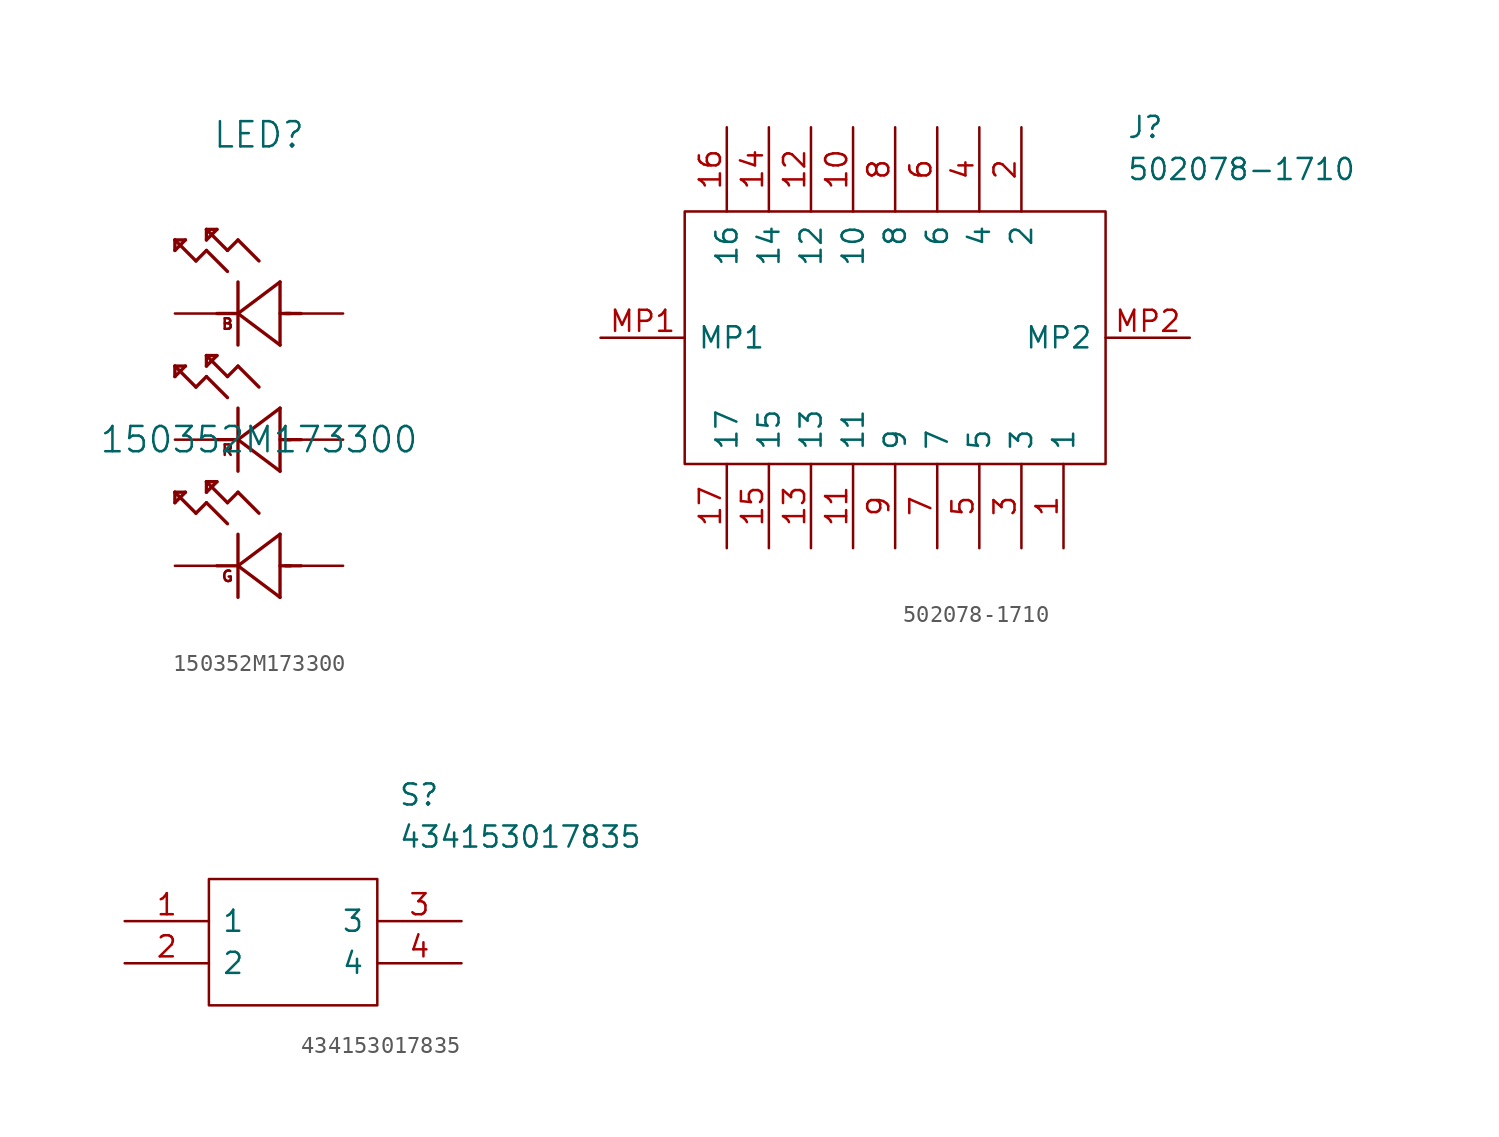
<source format=kicad_sym>
(kicad_symbol_lib
  (version 20211014)
  (generator kicad_symbol_editor)
  (symbol "150352M173300"
    (pin_numbers hide)
    (pin_names hide)
    (property "Reference" "LED"
      (at 5.08 10.795 0)
      (effects (font (size 1.524 1.524))))
    (property "Value" "150352M173300"
      (at 5.08 -7.62 0)
      (effects (font (size 1.524 1.524))))
    (property "Datasheet" ""
      (at 0 0 0)
      (effects (font (size 1.524 1.524))))
    (symbol "150352M173300_0_0"
      (text "B" (at 3.175 -0.635 0) (effects (font (size 0.635 0.635))))
      (text "G" (at 3.175 -15.875 0) (effects (font (size 0.635 0.635))))
      (text "R" (at 3.175 -8.255 0) (effects (font (size 0.635 0.635)))))
    (symbol "150352M173300_1_1"
      (polyline (pts (xy 0 -11.43) (xy 0 -10.795)) (stroke (width 0.203) (type default) (color 0 0 0 0)) (fill (type none)))
      (polyline (pts (xy 0 -10.795) (xy 0.635 -10.795)) (stroke (width 0.203) (type default) (color 0 0 0 0)) (fill (type none)))
      (polyline (pts (xy 0 -3.81) (xy 0 -3.175)) (stroke (width 0.203) (type default) (color 0 0 0 0)) (fill (type none)))
      (polyline (pts (xy 0 -3.175) (xy 0.635 -3.175)) (stroke (width 0.203) (type default) (color 0 0 0 0)) (fill (type none)))
      (polyline (pts (xy 0 3.81) (xy 0 4.445)) (stroke (width 0.203) (type default) (color 0 0 0 0)) (fill (type none)))
      (polyline (pts (xy 0 4.445) (xy 0.635 4.445)) (stroke (width 0.203) (type default) (color 0 0 0 0)) (fill (type none)))
      (polyline (pts (xy 0.635 -10.795) (xy 0 -11.43)) (stroke (width 0.203) (type default) (color 0 0 0 0)) (fill (type none)))
      (polyline (pts (xy 0.635 -3.175) (xy 0 -3.81)) (stroke (width 0.203) (type default) (color 0 0 0 0)) (fill (type none)))
      (polyline (pts (xy 0.635 4.445) (xy 0 3.81)) (stroke (width 0.203) (type default) (color 0 0 0 0)) (fill (type none)))
      (polyline (pts (xy 1.27 -12.065) (xy 0 -10.795)) (stroke (width 0.203) (type default) (color 0 0 0 0)) (fill (type none)))
      (polyline (pts (xy 1.27 -4.445) (xy 0 -3.175)) (stroke (width 0.203) (type default) (color 0 0 0 0)) (fill (type none)))
      (polyline (pts (xy 1.27 3.175) (xy 0 4.445)) (stroke (width 0.203) (type default) (color 0 0 0 0)) (fill (type none)))
      (polyline (pts (xy 1.905 -11.43) (xy 1.27 -12.065)) (stroke (width 0.203) (type default) (color 0 0 0 0)) (fill (type none)))
      (polyline (pts (xy 1.905 -10.795) (xy 1.905 -10.16)) (stroke (width 0.203) (type default) (color 0 0 0 0)) (fill (type none)))
      (polyline (pts (xy 1.905 -10.16) (xy 2.54 -10.16)) (stroke (width 0.203) (type default) (color 0 0 0 0)) (fill (type none)))
      (polyline (pts (xy 1.905 -3.81) (xy 1.27 -4.445)) (stroke (width 0.203) (type default) (color 0 0 0 0)) (fill (type none)))
      (polyline (pts (xy 1.905 -3.175) (xy 1.905 -2.54)) (stroke (width 0.203) (type default) (color 0 0 0 0)) (fill (type none)))
      (polyline (pts (xy 1.905 -2.54) (xy 2.54 -2.54)) (stroke (width 0.203) (type default) (color 0 0 0 0)) (fill (type none)))
      (polyline (pts (xy 1.905 3.81) (xy 1.27 3.175)) (stroke (width 0.203) (type default) (color 0 0 0 0)) (fill (type none)))
      (polyline (pts (xy 1.905 4.445) (xy 1.905 5.08)) (stroke (width 0.203) (type default) (color 0 0 0 0)) (fill (type none)))
      (polyline (pts (xy 1.905 5.08) (xy 2.54 5.08)) (stroke (width 0.203) (type default) (color 0 0 0 0)) (fill (type none)))
      (polyline (pts (xy 2.54 -10.16) (xy 1.905 -10.795)) (stroke (width 0.203) (type default) (color 0 0 0 0)) (fill (type none)))
      (polyline (pts (xy 2.54 -2.54) (xy 1.905 -3.175)) (stroke (width 0.203) (type default) (color 0 0 0 0)) (fill (type none)))
      (polyline (pts (xy 2.54 5.08) (xy 1.905 4.445)) (stroke (width 0.203) (type default) (color 0 0 0 0)) (fill (type none)))
      (polyline (pts (xy 3.175 -12.7) (xy 1.905 -11.43)) (stroke (width 0.203) (type default) (color 0 0 0 0)) (fill (type none)))
      (polyline (pts (xy 3.175 -11.43) (xy 1.905 -10.16)) (stroke (width 0.203) (type default) (color 0 0 0 0)) (fill (type none)))
      (polyline (pts (xy 3.175 -5.08) (xy 1.905 -3.81)) (stroke (width 0.203) (type default) (color 0 0 0 0)) (fill (type none)))
      (polyline (pts (xy 3.175 -3.81) (xy 1.905 -2.54)) (stroke (width 0.203) (type default) (color 0 0 0 0)) (fill (type none)))
      (polyline (pts (xy 3.175 2.54) (xy 1.905 3.81)) (stroke (width 0.203) (type default) (color 0 0 0 0)) (fill (type none)))
      (polyline (pts (xy 3.175 3.81) (xy 1.905 5.08)) (stroke (width 0.203) (type default) (color 0 0 0 0)) (fill (type none)))
      (polyline (pts (xy 3.81 -17.145) (xy 3.81 -13.335)) (stroke (width 0.203) (type default) (color 0 0 0 0)) (fill (type none)))
      (polyline (pts (xy 3.81 -15.24) (xy 2.54 -15.24)) (stroke (width 0.203) (type default) (color 0 0 0 0)) (fill (type none)))
      (polyline (pts (xy 3.81 -15.24) (xy 6.35 -13.335)) (stroke (width 0.203) (type default) (color 0 0 0 0)) (fill (type none)))
      (polyline (pts (xy 3.81 -10.795) (xy 3.175 -11.43)) (stroke (width 0.203) (type default) (color 0 0 0 0)) (fill (type none)))
      (polyline (pts (xy 3.81 -9.525) (xy 3.81 -5.715)) (stroke (width 0.203) (type default) (color 0 0 0 0)) (fill (type none)))
      (polyline (pts (xy 3.81 -7.62) (xy 2.54 -7.62)) (stroke (width 0.203) (type default) (color 0 0 0 0)) (fill (type none)))
      (polyline (pts (xy 3.81 -7.62) (xy 6.35 -5.715)) (stroke (width 0.203) (type default) (color 0 0 0 0)) (fill (type none)))
      (polyline (pts (xy 3.81 -3.175) (xy 3.175 -3.81)) (stroke (width 0.203) (type default) (color 0 0 0 0)) (fill (type none)))
      (polyline (pts (xy 3.81 -1.905) (xy 3.81 1.905)) (stroke (width 0.203) (type default) (color 0 0 0 0)) (fill (type none)))
      (polyline (pts (xy 3.81 0) (xy 2.54 0)) (stroke (width 0.203) (type default) (color 0 0 0 0)) (fill (type none)))
      (polyline (pts (xy 3.81 0) (xy 6.35 1.905)) (stroke (width 0.203) (type default) (color 0 0 0 0)) (fill (type none)))
      (polyline (pts (xy 3.81 4.445) (xy 3.175 3.81)) (stroke (width 0.203) (type default) (color 0 0 0 0)) (fill (type none)))
      (polyline (pts (xy 5.08 -12.065) (xy 3.81 -10.795)) (stroke (width 0.203) (type default) (color 0 0 0 0)) (fill (type none)))
      (polyline (pts (xy 5.08 -4.445) (xy 3.81 -3.175)) (stroke (width 0.203) (type default) (color 0 0 0 0)) (fill (type none)))
      (polyline (pts (xy 5.08 3.175) (xy 3.81 4.445)) (stroke (width 0.203) (type default) (color 0 0 0 0)) (fill (type none)))
      (polyline (pts (xy 6.35 -17.145) (xy 3.81 -15.24)) (stroke (width 0.203) (type default) (color 0 0 0 0)) (fill (type none)))
      (polyline (pts (xy 6.35 -13.335) (xy 6.35 -17.145)) (stroke (width 0.203) (type default) (color 0 0 0 0)) (fill (type none)))
      (polyline (pts (xy 6.35 -9.525) (xy 3.81 -7.62)) (stroke (width 0.203) (type default) (color 0 0 0 0)) (fill (type none)))
      (polyline (pts (xy 6.35 -5.715) (xy 6.35 -9.525)) (stroke (width 0.203) (type default) (color 0 0 0 0)) (fill (type none)))
      (polyline (pts (xy 6.35 -1.905) (xy 3.81 0)) (stroke (width 0.203) (type default) (color 0 0 0 0)) (fill (type none)))
      (polyline (pts (xy 6.35 1.905) (xy 6.35 -1.905)) (stroke (width 0.203) (type default) (color 0 0 0 0)) (fill (type none)))
      (polyline (pts (xy 6.985 -15.24) (xy 6.35 -15.24)) (stroke (width 0.203) (type default) (color 0 0 0 0)) (fill (type none)))
      (polyline (pts (xy 6.985 -7.62) (xy 6.35 -7.62)) (stroke (width 0.203) (type default) (color 0 0 0 0)) (fill (type none)))
      (polyline (pts (xy 6.985 0) (xy 6.35 0)) (stroke (width 0.203) (type default) (color 0 0 0 0)) (fill (type none)))
      (polyline (pts (xy 7.62 -15.24) (xy 6.68 -15.24)) (stroke (width 0.203) (type default) (color 0 0 0 0)) (fill (type none)))
      (polyline (pts (xy 7.62 -7.62) (xy 6.68 -7.62)) (stroke (width 0.203) (type default) (color 0 0 0 0)) (fill (type none)))
      (polyline (pts (xy 7.62 0) (xy 6.68 0)) (stroke (width 0.203) (type default) (color 0 0 0 0)) (fill (type none)))
      (pin passive line (at 0 0 0) (length 2.54) (name "1" (effects (font (size 1.499 1.499)))) (number "1" (effects (font (size 1.499 1.499)))))
      (pin passive line (at 10.16 0 180) (length 2.54) (name "2" (effects (font (size 1.499 1.499)))) (number "2" (effects (font (size 1.499 1.499)))))
      (pin passive line (at 0 -7.62 0) (length 2.54) (name "3" (effects (font (size 1.499 1.499)))) (number "3" (effects (font (size 1.499 1.499)))))
      (pin passive line (at 10.16 -7.62 180) (length 2.54) (name "4" (effects (font (size 1.499 1.499)))) (number "4" (effects (font (size 1.499 1.499)))))
      (pin passive line (at 0 -15.24 0) (length 2.54) (name "5" (effects (font (size 1.499 1.499)))) (number "5" (effects (font (size 1.499 1.499)))))
      (pin passive line (at 10.16 -15.24 180) (length 2.54) (name "6" (effects (font (size 1.499 1.499)))) (number "6" (effects (font (size 1.499 1.499)))))))
  (symbol "502078-1710"
    (pin_names
      (offset 0.762))
    (property "Reference" "J"
      (at 31.75 12.7 0)
      (effects (font (size 1.27 1.27)) (justify left)))
    (property "Value" "502078-1710"
      (at 31.75 10.16 0)
      (effects (font (size 1.27 1.27)) (justify left)))
    (symbol "502078-1710_0_0"
      (pin passive line (at 27.94 -12.7 90) (length 5.08) (name "1" (effects (font (size 1.27 1.27)))) (number "1" (effects (font (size 1.27 1.27)))))
      (pin passive line (at 15.24 12.7 270) (length 5.08) (name "10" (effects (font (size 1.27 1.27)))) (number "10" (effects (font (size 1.27 1.27)))))
      (pin passive line (at 15.24 -12.7 90) (length 5.08) (name "11" (effects (font (size 1.27 1.27)))) (number "11" (effects (font (size 1.27 1.27)))))
      (pin passive line (at 12.7 12.7 270) (length 5.08) (name "12" (effects (font (size 1.27 1.27)))) (number "12" (effects (font (size 1.27 1.27)))))
      (pin passive line (at 12.7 -12.7 90) (length 5.08) (name "13" (effects (font (size 1.27 1.27)))) (number "13" (effects (font (size 1.27 1.27)))))
      (pin passive line (at 10.16 12.7 270) (length 5.08) (name "14" (effects (font (size 1.27 1.27)))) (number "14" (effects (font (size 1.27 1.27)))))
      (pin passive line (at 10.16 -12.7 90) (length 5.08) (name "15" (effects (font (size 1.27 1.27)))) (number "15" (effects (font (size 1.27 1.27)))))
      (pin passive line (at 7.62 12.7 270) (length 5.08) (name "16" (effects (font (size 1.27 1.27)))) (number "16" (effects (font (size 1.27 1.27)))))
      (pin passive line (at 7.62 -12.7 90) (length 5.08) (name "17" (effects (font (size 1.27 1.27)))) (number "17" (effects (font (size 1.27 1.27)))))
      (pin passive line (at 25.4 12.7 270) (length 5.08) (name "2" (effects (font (size 1.27 1.27)))) (number "2" (effects (font (size 1.27 1.27)))))
      (pin passive line (at 25.4 -12.7 90) (length 5.08) (name "3" (effects (font (size 1.27 1.27)))) (number "3" (effects (font (size 1.27 1.27)))))
      (pin passive line (at 22.86 12.7 270) (length 5.08) (name "4" (effects (font (size 1.27 1.27)))) (number "4" (effects (font (size 1.27 1.27)))))
      (pin passive line (at 22.86 -12.7 90) (length 5.08) (name "5" (effects (font (size 1.27 1.27)))) (number "5" (effects (font (size 1.27 1.27)))))
      (pin passive line (at 20.32 12.7 270) (length 5.08) (name "6" (effects (font (size 1.27 1.27)))) (number "6" (effects (font (size 1.27 1.27)))))
      (pin passive line (at 20.32 -12.7 90) (length 5.08) (name "7" (effects (font (size 1.27 1.27)))) (number "7" (effects (font (size 1.27 1.27)))))
      (pin passive line (at 17.78 12.7 270) (length 5.08) (name "8" (effects (font (size 1.27 1.27)))) (number "8" (effects (font (size 1.27 1.27)))))
      (pin passive line (at 17.78 -12.7 90) (length 5.08) (name "9" (effects (font (size 1.27 1.27)))) (number "9" (effects (font (size 1.27 1.27)))))
      (pin passive line (at 0 0 0) (length 5.08) (name "MP1" (effects (font (size 1.27 1.27)))) (number "MP1" (effects (font (size 1.27 1.27)))))
      (pin passive line (at 35.56 0 180) (length 5.08) (name "MP2" (effects (font (size 1.27 1.27)))) (number "MP2" (effects (font (size 1.27 1.27))))))
    (symbol "502078-1710_0_1"
      (polyline (pts (xy 5.08 7.62) (xy 30.48 7.62) (xy 30.48 -7.62) (xy 5.08 -7.62) (xy 5.08 7.62)) (stroke (width 0.152) (type default) (color 0 0 0 0)) (fill (type none)))))
  (symbol "434153017835"
    (pin_names
      (offset 0.762))
    (property "Reference" "S"
      (at 16.51 7.62 0)
      (effects (font (size 1.27 1.27)) (justify left)))
    (property "Value" "434153017835"
      (at 16.51 5.08 0)
      (effects (font (size 1.27 1.27)) (justify left)))
    (symbol "434153017835_0_0"
      (pin passive line (at 0 0 0) (length 5.08) (name "1" (effects (font (size 1.27 1.27)))) (number "1" (effects (font (size 1.27 1.27)))))
      (pin passive line (at 0 -2.54 0) (length 5.08) (name "2" (effects (font (size 1.27 1.27)))) (number "2" (effects (font (size 1.27 1.27)))))
      (pin passive line (at 20.32 0 180) (length 5.08) (name "3" (effects (font (size 1.27 1.27)))) (number "3" (effects (font (size 1.27 1.27)))))
      (pin passive line (at 20.32 -2.54 180) (length 5.08) (name "4" (effects (font (size 1.27 1.27)))) (number "4" (effects (font (size 1.27 1.27))))))
    (symbol "434153017835_0_1"
      (polyline (pts (xy 5.08 2.54) (xy 15.24 2.54) (xy 15.24 -5.08) (xy 5.08 -5.08) (xy 5.08 2.54)) (stroke (width 0.152) (type default) (color 0 0 0 0)) (fill (type none))))))
</source>
